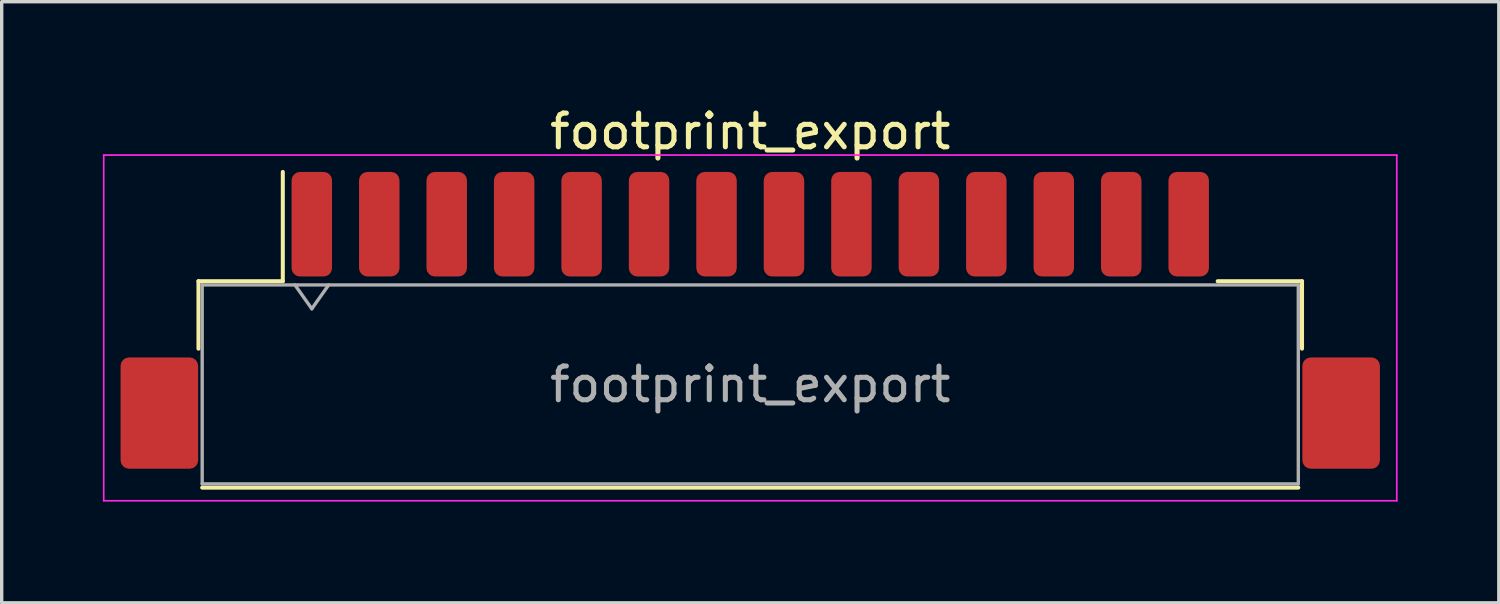
<source format=kicad_pcb>
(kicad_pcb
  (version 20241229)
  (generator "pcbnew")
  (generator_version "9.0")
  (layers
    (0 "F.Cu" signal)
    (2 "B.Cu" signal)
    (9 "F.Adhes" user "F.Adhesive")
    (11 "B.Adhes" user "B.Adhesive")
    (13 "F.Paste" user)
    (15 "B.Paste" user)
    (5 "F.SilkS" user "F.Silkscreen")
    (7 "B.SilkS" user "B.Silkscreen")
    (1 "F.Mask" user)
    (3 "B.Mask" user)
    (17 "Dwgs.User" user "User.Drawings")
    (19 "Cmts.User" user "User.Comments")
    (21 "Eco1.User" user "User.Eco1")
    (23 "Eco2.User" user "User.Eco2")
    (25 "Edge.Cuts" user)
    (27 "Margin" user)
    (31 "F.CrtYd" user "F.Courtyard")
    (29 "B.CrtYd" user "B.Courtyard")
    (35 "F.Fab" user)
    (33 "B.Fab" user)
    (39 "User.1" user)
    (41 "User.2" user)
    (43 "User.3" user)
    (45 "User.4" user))
  (footprint "footprint_export"
    (layer "F.Cu")
    (at 19.195 6.448)
    (property "Reference" "footprint_export" (at 0 -5.6 0) (layer "F.SilkS") (effects (font (size 1 1) (thickness 0.15))))
    (attr smd)
    (fp_line (start -16.36 -1.16) (end -13.86 -1.16) (stroke (width 0.12) (type solid)) (layer "F.SilkS"))
    (fp_line (start -16.36 0.84) (end -16.36 -1.16) (stroke (width 0.12) (type solid)) (layer "F.SilkS"))
    (fp_line (start -16.25 4.96) (end 16.25 4.96) (stroke (width 0.12) (type solid)) (layer "F.SilkS"))
    (fp_line (start -13.86 -1.16) (end -13.86 -4.4) (stroke (width 0.12) (type solid)) (layer "F.SilkS"))
    (fp_line (start 16.36 -1.16) (end 13.86 -1.16) (stroke (width 0.12) (type solid)) (layer "F.SilkS"))
    (fp_line (start 16.36 0.84) (end 16.36 -1.16) (stroke (width 0.12) (type solid)) (layer "F.SilkS"))
    (fp_line (start -19.17 -4.9) (end -19.17 5.35) (stroke (width 0.05) (type solid)) (layer "F.CrtYd"))
    (fp_line (start -19.17 5.35) (end 19.17 5.35) (stroke (width 0.05) (type solid)) (layer "F.CrtYd"))
    (fp_line (start 19.17 -4.9) (end -19.17 -4.9) (stroke (width 0.05) (type solid)) (layer "F.CrtYd"))
    (fp_line (start 19.17 5.35) (end 19.17 -4.9) (stroke (width 0.05) (type solid)) (layer "F.CrtYd"))
    (fp_line (start -16.25 -1.05) (end -16.25 4.85) (stroke (width 0.1) (type solid)) (layer "F.Fab"))
    (fp_line (start -16.25 -1.05) (end 16.25 -1.05) (stroke (width 0.1) (type solid)) (layer "F.Fab"))
    (fp_line (start -16.25 4.85) (end 16.25 4.85) (stroke (width 0.1) (type solid)) (layer "F.Fab"))
    (fp_line (start -13.5 -1.05) (end -13 -0.343) (stroke (width 0.1) (type solid)) (layer "F.Fab"))
    (fp_line (start -13 -0.343) (end -12.5 -1.05) (stroke (width 0.1) (type solid)) (layer "F.Fab"))
    (fp_line (start 16.25 -1.05) (end 16.25 4.85) (stroke (width 0.1) (type solid)) (layer "F.Fab"))
    (fp_text user "${REFERENCE}" (at 0 1.9 0) (layer "F.Fab") (effects (font (size 1 1) (thickness 0.15))))
    (pad "1" smd roundrect (at -13 -2.85) (size 1.2 3.1) (layers "F.Cu" "F.Mask" "F.Paste") (roundrect_rratio 0.208))
    (pad "2" smd roundrect (at -11 -2.85) (size 1.2 3.1) (layers "F.Cu" "F.Mask" "F.Paste") (roundrect_rratio 0.208))
    (pad "3" smd roundrect (at -9 -2.85) (size 1.2 3.1) (layers "F.Cu" "F.Mask" "F.Paste") (roundrect_rratio 0.208))
    (pad "4" smd roundrect (at -7 -2.85) (size 1.2 3.1) (layers "F.Cu" "F.Mask" "F.Paste") (roundrect_rratio 0.208))
    (pad "5" smd roundrect (at -5 -2.85) (size 1.2 3.1) (layers "F.Cu" "F.Mask" "F.Paste") (roundrect_rratio 0.208))
    (pad "6" smd roundrect (at -3 -2.85) (size 1.2 3.1) (layers "F.Cu" "F.Mask" "F.Paste") (roundrect_rratio 0.208))
    (pad "7" smd roundrect (at -1 -2.85) (size 1.2 3.1) (layers "F.Cu" "F.Mask" "F.Paste") (roundrect_rratio 0.208))
    (pad "8" smd roundrect (at 1 -2.85) (size 1.2 3.1) (layers "F.Cu" "F.Mask" "F.Paste") (roundrect_rratio 0.208))
    (pad "9" smd roundrect (at 3 -2.85) (size 1.2 3.1) (layers "F.Cu" "F.Mask" "F.Paste") (roundrect_rratio 0.208))
    (pad "10" smd roundrect (at 5 -2.85) (size 1.2 3.1) (layers "F.Cu" "F.Mask" "F.Paste") (roundrect_rratio 0.208))
    (pad "11" smd roundrect (at 7 -2.85) (size 1.2 3.1) (layers "F.Cu" "F.Mask" "F.Paste") (roundrect_rratio 0.208))
    (pad "12" smd roundrect (at 9 -2.85) (size 1.2 3.1) (layers "F.Cu" "F.Mask" "F.Paste") (roundrect_rratio 0.208))
    (pad "13" smd roundrect (at 11 -2.85) (size 1.2 3.1) (layers "F.Cu" "F.Mask" "F.Paste") (roundrect_rratio 0.208))
    (pad "14" smd roundrect (at 13 -2.85) (size 1.2 3.1) (layers "F.Cu" "F.Mask" "F.Paste") (roundrect_rratio 0.208))
    (pad "MP" smd roundrect (at -17.52 2.75) (size 2.3 3.3) (layers "F.Cu" "F.Mask" "F.Paste") (roundrect_rratio 0.109))
    (pad "MP" smd roundrect (at 17.52 2.75) (size 2.3 3.3) (layers "F.Cu" "F.Mask" "F.Paste") (roundrect_rratio 0.109)))
  (gr_rect
    (start -3 -3)
    (end 41.39 14.823)
    (stroke (width 0.1) (type default))
    (fill no)
    (layer "Edge.Cuts")))
</source>
